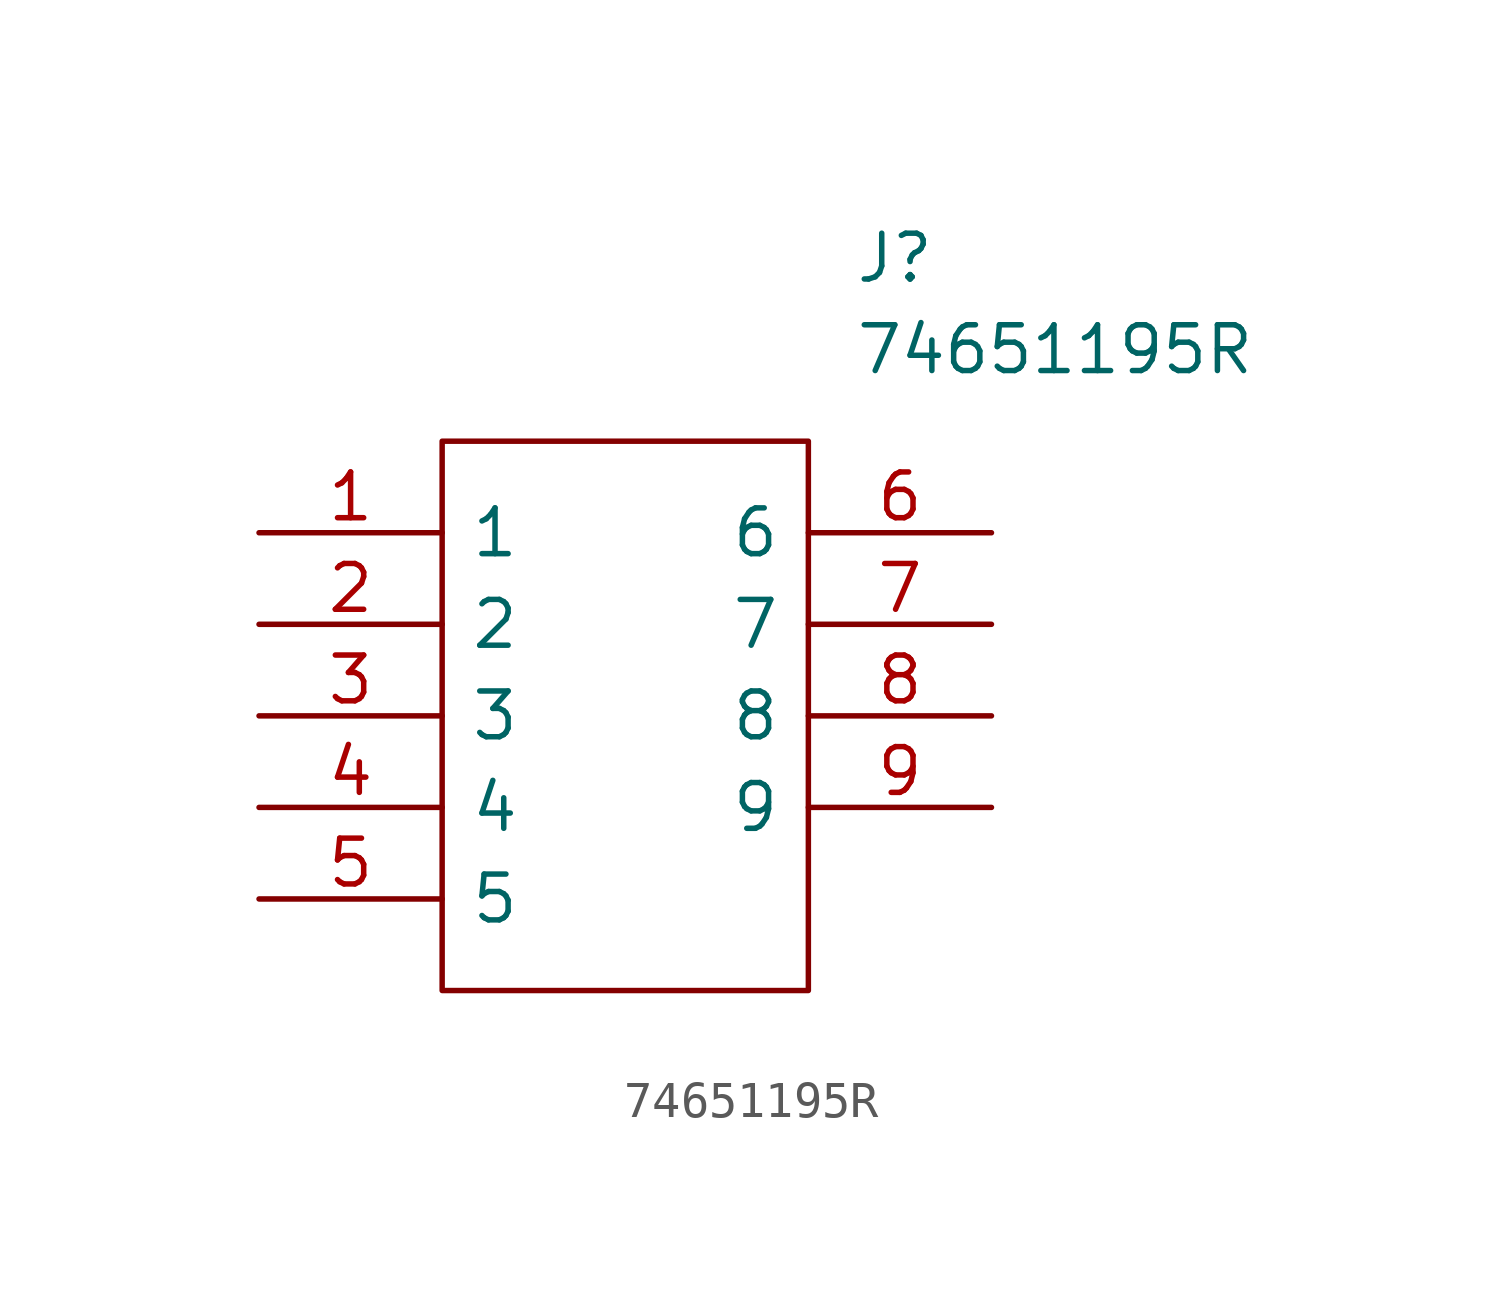
<source format=kicad_sym>
(kicad_symbol_lib
  (version 20220914)
  (generator kicad_symbol_editor)
  (symbol "74651195R"
    (pin_names
      (offset 0.762))
    (property "Reference" "J"
      (at 6.35 12.7 0)
      (effects (font (size 1.27 1.27)) (justify left)))
    (property "Value" "74651195R"
      (at 6.35 10.16 0)
      (effects (font (size 1.27 1.27)) (justify left)))
    (symbol "74651195R_0_0"
      (pin passive line (at -10.16 5.08 0) (length 5.08) (name "1" (effects (font (size 1.27 1.27)))) (number "1" (effects (font (size 1.27 1.27)))))
      (pin passive line (at -10.16 2.54 0) (length 5.08) (name "2" (effects (font (size 1.27 1.27)))) (number "2" (effects (font (size 1.27 1.27)))))
      (pin passive line (at -10.16 0 0) (length 5.08) (name "3" (effects (font (size 1.27 1.27)))) (number "3" (effects (font (size 1.27 1.27)))))
      (pin passive line (at -10.16 -2.54 0) (length 5.08) (name "4" (effects (font (size 1.27 1.27)))) (number "4" (effects (font (size 1.27 1.27)))))
      (pin passive line (at -10.16 -5.08 0) (length 5.08) (name "5" (effects (font (size 1.27 1.27)))) (number "5" (effects (font (size 1.27 1.27)))))
      (pin passive line (at 10.16 5.08 180) (length 5.08) (name "6" (effects (font (size 1.27 1.27)))) (number "6" (effects (font (size 1.27 1.27)))))
      (pin passive line (at 10.16 2.54 180) (length 5.08) (name "7" (effects (font (size 1.27 1.27)))) (number "7" (effects (font (size 1.27 1.27)))))
      (pin passive line (at 10.16 0 180) (length 5.08) (name "8" (effects (font (size 1.27 1.27)))) (number "8" (effects (font (size 1.27 1.27)))))
      (pin passive line (at 10.16 -2.54 180) (length 5.08) (name "9" (effects (font (size 1.27 1.27)))) (number "9" (effects (font (size 1.27 1.27))))))
    (symbol "74651195R_0_1"
      (polyline (pts (xy -5.08 7.62) (xy 5.08 7.62) (xy 5.08 -7.62) (xy -5.08 -7.62) (xy -5.08 7.62)) (stroke (width 0.152) (type solid)) (fill (type none))))))
</source>
